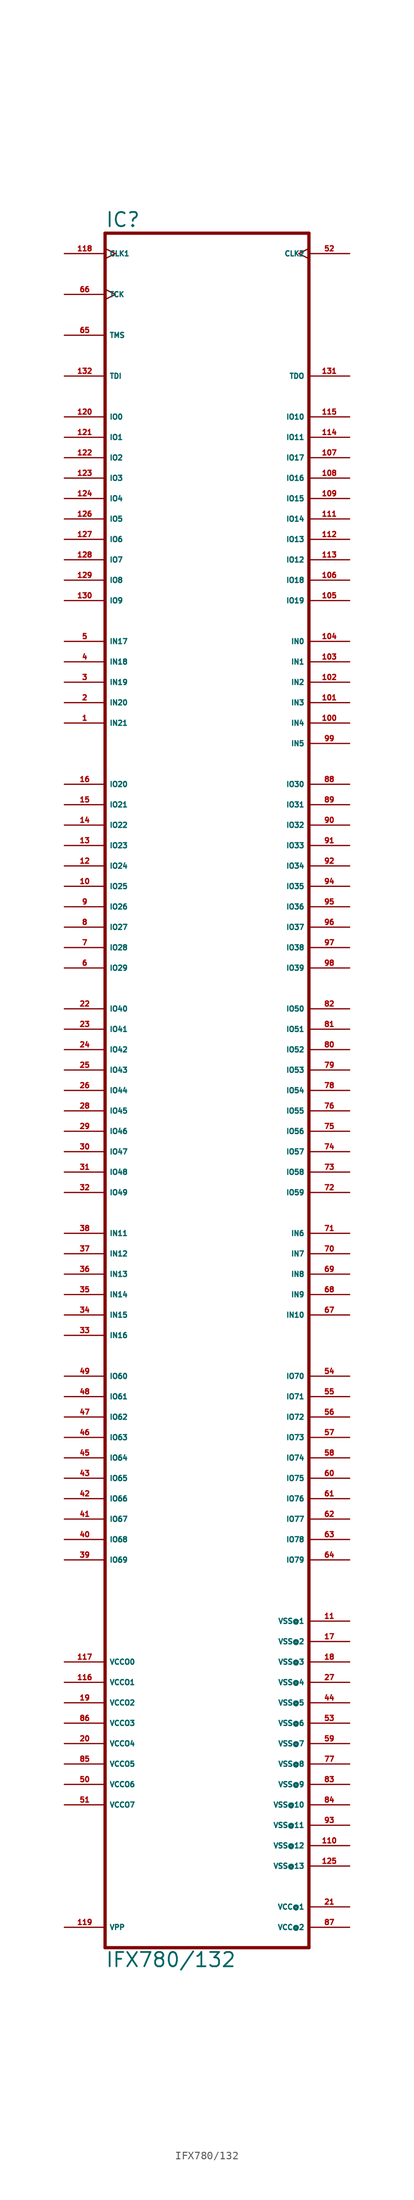
<source format=kicad_sym>
(kicad_symbol_lib
  (version 20220914)
  (generator Eagle2Kicad)
  (symbol "IFX780/132"
    (property "Reference" "IC"
      (at -10.16 97.155 0)
      (effects (font (size 1.778 1.778) (thickness 0.22)) (justify left bottom)))
    (property "Value" "IFX780/132"
      (at -10.16 -119.38 0)
      (effects (font (size 1.778 1.778) (thickness 0.22)) (justify left bottom)))
    (polyline
      (pts (xy -10.16 96.52) (xy -10.16 -116.84))
      (stroke (width 0.406) (type default))
      (fill (type none)))
    (polyline
      (pts (xy 15.24 -116.84) (xy -10.16 -116.84))
      (stroke (width 0.406) (type default))
      (fill (type none)))
    (polyline
      (pts (xy 15.24 -116.84) (xy 15.24 96.52))
      (stroke (width 0.406) (type default))
      (fill (type none)))
    (polyline
      (pts (xy -10.16 96.52) (xy 15.24 96.52))
      (stroke (width 0.406) (type default))
      (fill (type none)))
    (pin unspecified line
      (at -15.24 -81.28 0)
      (length 5.08)
      (name "VCCO0" (effects (font (size 0.635 0.635) (thickness 0.08)) (justify left bottom)))
      (number "117" (effects (font (size 0.635 0.635) (thickness 0.08)) (justify left bottom))))
    (pin unspecified line
      (at -15.24 -83.82 0)
      (length 5.08)
      (name "VCCO1" (effects (font (size 0.635 0.635) (thickness 0.08)) (justify left bottom)))
      (number "116" (effects (font (size 0.635 0.635) (thickness 0.08)) (justify left bottom))))
    (pin unspecified line
      (at -15.24 -86.36 0)
      (length 5.08)
      (name "VCCO2" (effects (font (size 0.635 0.635) (thickness 0.08)) (justify left bottom)))
      (number "19" (effects (font (size 0.635 0.635) (thickness 0.08)) (justify left bottom))))
    (pin unspecified line
      (at 20.32 -76.2 180)
      (length 5.08)
      (name "VSS@1" (effects (font (size 0.635 0.635) (thickness 0.08)) (justify left bottom)))
      (number "11" (effects (font (size 0.635 0.635) (thickness 0.08)) (justify left bottom))))
    (pin unspecified line
      (at 20.32 -78.74 180)
      (length 5.08)
      (name "VSS@2" (effects (font (size 0.635 0.635) (thickness 0.08)) (justify left bottom)))
      (number "17" (effects (font (size 0.635 0.635) (thickness 0.08)) (justify left bottom))))
    (pin unspecified line
      (at 20.32 -81.28 180)
      (length 5.08)
      (name "VSS@3" (effects (font (size 0.635 0.635) (thickness 0.08)) (justify left bottom)))
      (number "18" (effects (font (size 0.635 0.635) (thickness 0.08)) (justify left bottom))))
    (pin unspecified line
      (at 20.32 -83.82 180)
      (length 5.08)
      (name "VSS@4" (effects (font (size 0.635 0.635) (thickness 0.08)) (justify left bottom)))
      (number "27" (effects (font (size 0.635 0.635) (thickness 0.08)) (justify left bottom))))
    (pin input clock
      (at -15.24 93.98 0)
      (length 5.08)
      (name "CLK1" (effects (font (size 0.635 0.635) (thickness 0.08)) (justify left bottom)))
      (number "118" (effects (font (size 0.635 0.635) (thickness 0.08)) (justify left bottom))))
    (pin input clock
      (at 20.32 93.98 180)
      (length 5.08)
      (name "CLK2" (effects (font (size 0.635 0.635) (thickness 0.08)) (justify left bottom)))
      (number "52" (effects (font (size 0.635 0.635) (thickness 0.08)) (justify left bottom))))
    (pin bidirectional line
      (at -15.24 71.12 0)
      (length 5.08)
      (name "IO1" (effects (font (size 0.635 0.635) (thickness 0.08)) (justify left bottom)))
      (number "121" (effects (font (size 0.635 0.635) (thickness 0.08)) (justify left bottom))))
    (pin bidirectional line
      (at -15.24 68.58 0)
      (length 5.08)
      (name "IO2" (effects (font (size 0.635 0.635) (thickness 0.08)) (justify left bottom)))
      (number "122" (effects (font (size 0.635 0.635) (thickness 0.08)) (justify left bottom))))
    (pin bidirectional line
      (at -15.24 66.04 0)
      (length 5.08)
      (name "IO3" (effects (font (size 0.635 0.635) (thickness 0.08)) (justify left bottom)))
      (number "123" (effects (font (size 0.635 0.635) (thickness 0.08)) (justify left bottom))))
    (pin bidirectional line
      (at -15.24 63.5 0)
      (length 5.08)
      (name "IO4" (effects (font (size 0.635 0.635) (thickness 0.08)) (justify left bottom)))
      (number "124" (effects (font (size 0.635 0.635) (thickness 0.08)) (justify left bottom))))
    (pin bidirectional line
      (at -15.24 60.96 0)
      (length 5.08)
      (name "IO5" (effects (font (size 0.635 0.635) (thickness 0.08)) (justify left bottom)))
      (number "126" (effects (font (size 0.635 0.635) (thickness 0.08)) (justify left bottom))))
    (pin bidirectional line
      (at -15.24 58.42 0)
      (length 5.08)
      (name "IO6" (effects (font (size 0.635 0.635) (thickness 0.08)) (justify left bottom)))
      (number "127" (effects (font (size 0.635 0.635) (thickness 0.08)) (justify left bottom))))
    (pin bidirectional line
      (at -15.24 55.88 0)
      (length 5.08)
      (name "IO7" (effects (font (size 0.635 0.635) (thickness 0.08)) (justify left bottom)))
      (number "128" (effects (font (size 0.635 0.635) (thickness 0.08)) (justify left bottom))))
    (pin bidirectional line
      (at -15.24 53.34 0)
      (length 5.08)
      (name "IO8" (effects (font (size 0.635 0.635) (thickness 0.08)) (justify left bottom)))
      (number "129" (effects (font (size 0.635 0.635) (thickness 0.08)) (justify left bottom))))
    (pin bidirectional line
      (at -15.24 50.8 0)
      (length 5.08)
      (name "IO9" (effects (font (size 0.635 0.635) (thickness 0.08)) (justify left bottom)))
      (number "130" (effects (font (size 0.635 0.635) (thickness 0.08)) (justify left bottom))))
    (pin bidirectional line
      (at 20.32 73.66 180)
      (length 5.08)
      (name "IO10" (effects (font (size 0.635 0.635) (thickness 0.08)) (justify left bottom)))
      (number "115" (effects (font (size 0.635 0.635) (thickness 0.08)) (justify left bottom))))
    (pin bidirectional line
      (at 20.32 71.12 180)
      (length 5.08)
      (name "IO11" (effects (font (size 0.635 0.635) (thickness 0.08)) (justify left bottom)))
      (number "114" (effects (font (size 0.635 0.635) (thickness 0.08)) (justify left bottom))))
    (pin bidirectional line
      (at 20.32 55.88 180)
      (length 5.08)
      (name "IO12" (effects (font (size 0.635 0.635) (thickness 0.08)) (justify left bottom)))
      (number "113" (effects (font (size 0.635 0.635) (thickness 0.08)) (justify left bottom))))
    (pin bidirectional line
      (at 20.32 58.42 180)
      (length 5.08)
      (name "IO13" (effects (font (size 0.635 0.635) (thickness 0.08)) (justify left bottom)))
      (number "112" (effects (font (size 0.635 0.635) (thickness 0.08)) (justify left bottom))))
    (pin bidirectional line
      (at 20.32 60.96 180)
      (length 5.08)
      (name "IO14" (effects (font (size 0.635 0.635) (thickness 0.08)) (justify left bottom)))
      (number "111" (effects (font (size 0.635 0.635) (thickness 0.08)) (justify left bottom))))
    (pin bidirectional line
      (at 20.32 63.5 180)
      (length 5.08)
      (name "IO15" (effects (font (size 0.635 0.635) (thickness 0.08)) (justify left bottom)))
      (number "109" (effects (font (size 0.635 0.635) (thickness 0.08)) (justify left bottom))))
    (pin bidirectional line
      (at 20.32 66.04 180)
      (length 5.08)
      (name "IO16" (effects (font (size 0.635 0.635) (thickness 0.08)) (justify left bottom)))
      (number "108" (effects (font (size 0.635 0.635) (thickness 0.08)) (justify left bottom))))
    (pin bidirectional line
      (at 20.32 68.58 180)
      (length 5.08)
      (name "IO17" (effects (font (size 0.635 0.635) (thickness 0.08)) (justify left bottom)))
      (number "107" (effects (font (size 0.635 0.635) (thickness 0.08)) (justify left bottom))))
    (pin bidirectional line
      (at 20.32 53.34 180)
      (length 5.08)
      (name "IO18" (effects (font (size 0.635 0.635) (thickness 0.08)) (justify left bottom)))
      (number "106" (effects (font (size 0.635 0.635) (thickness 0.08)) (justify left bottom))))
    (pin bidirectional line
      (at 20.32 50.8 180)
      (length 5.08)
      (name "IO19" (effects (font (size 0.635 0.635) (thickness 0.08)) (justify left bottom)))
      (number "105" (effects (font (size 0.635 0.635) (thickness 0.08)) (justify left bottom))))
    (pin bidirectional line
      (at -15.24 27.94 0)
      (length 5.08)
      (name "IO20" (effects (font (size 0.635 0.635) (thickness 0.08)) (justify left bottom)))
      (number "16" (effects (font (size 0.635 0.635) (thickness 0.08)) (justify left bottom))))
    (pin bidirectional line
      (at -15.24 25.4 0)
      (length 5.08)
      (name "IO21" (effects (font (size 0.635 0.635) (thickness 0.08)) (justify left bottom)))
      (number "15" (effects (font (size 0.635 0.635) (thickness 0.08)) (justify left bottom))))
    (pin bidirectional line
      (at -15.24 22.86 0)
      (length 5.08)
      (name "IO22" (effects (font (size 0.635 0.635) (thickness 0.08)) (justify left bottom)))
      (number "14" (effects (font (size 0.635 0.635) (thickness 0.08)) (justify left bottom))))
    (pin bidirectional line
      (at -15.24 20.32 0)
      (length 5.08)
      (name "IO23" (effects (font (size 0.635 0.635) (thickness 0.08)) (justify left bottom)))
      (number "13" (effects (font (size 0.635 0.635) (thickness 0.08)) (justify left bottom))))
    (pin bidirectional line
      (at -15.24 17.78 0)
      (length 5.08)
      (name "IO24" (effects (font (size 0.635 0.635) (thickness 0.08)) (justify left bottom)))
      (number "12" (effects (font (size 0.635 0.635) (thickness 0.08)) (justify left bottom))))
    (pin bidirectional line
      (at -15.24 15.24 0)
      (length 5.08)
      (name "IO25" (effects (font (size 0.635 0.635) (thickness 0.08)) (justify left bottom)))
      (number "10" (effects (font (size 0.635 0.635) (thickness 0.08)) (justify left bottom))))
    (pin bidirectional line
      (at -15.24 12.7 0)
      (length 5.08)
      (name "IO26" (effects (font (size 0.635 0.635) (thickness 0.08)) (justify left bottom)))
      (number "9" (effects (font (size 0.635 0.635) (thickness 0.08)) (justify left bottom))))
    (pin bidirectional line
      (at -15.24 10.16 0)
      (length 5.08)
      (name "IO27" (effects (font (size 0.635 0.635) (thickness 0.08)) (justify left bottom)))
      (number "8" (effects (font (size 0.635 0.635) (thickness 0.08)) (justify left bottom))))
    (pin bidirectional line
      (at -15.24 7.62 0)
      (length 5.08)
      (name "IO28" (effects (font (size 0.635 0.635) (thickness 0.08)) (justify left bottom)))
      (number "7" (effects (font (size 0.635 0.635) (thickness 0.08)) (justify left bottom))))
    (pin bidirectional line
      (at -15.24 5.08 0)
      (length 5.08)
      (name "IO29" (effects (font (size 0.635 0.635) (thickness 0.08)) (justify left bottom)))
      (number "6" (effects (font (size 0.635 0.635) (thickness 0.08)) (justify left bottom))))
    (pin bidirectional line
      (at 20.32 27.94 180)
      (length 5.08)
      (name "IO30" (effects (font (size 0.635 0.635) (thickness 0.08)) (justify left bottom)))
      (number "88" (effects (font (size 0.635 0.635) (thickness 0.08)) (justify left bottom))))
    (pin bidirectional line
      (at 20.32 25.4 180)
      (length 5.08)
      (name "IO31" (effects (font (size 0.635 0.635) (thickness 0.08)) (justify left bottom)))
      (number "89" (effects (font (size 0.635 0.635) (thickness 0.08)) (justify left bottom))))
    (pin bidirectional line
      (at 20.32 22.86 180)
      (length 5.08)
      (name "IO32" (effects (font (size 0.635 0.635) (thickness 0.08)) (justify left bottom)))
      (number "90" (effects (font (size 0.635 0.635) (thickness 0.08)) (justify left bottom))))
    (pin bidirectional line
      (at 20.32 20.32 180)
      (length 5.08)
      (name "IO33" (effects (font (size 0.635 0.635) (thickness 0.08)) (justify left bottom)))
      (number "91" (effects (font (size 0.635 0.635) (thickness 0.08)) (justify left bottom))))
    (pin bidirectional line
      (at 20.32 17.78 180)
      (length 5.08)
      (name "IO34" (effects (font (size 0.635 0.635) (thickness 0.08)) (justify left bottom)))
      (number "92" (effects (font (size 0.635 0.635) (thickness 0.08)) (justify left bottom))))
    (pin bidirectional line
      (at 20.32 15.24 180)
      (length 5.08)
      (name "IO35" (effects (font (size 0.635 0.635) (thickness 0.08)) (justify left bottom)))
      (number "94" (effects (font (size 0.635 0.635) (thickness 0.08)) (justify left bottom))))
    (pin bidirectional line
      (at 20.32 12.7 180)
      (length 5.08)
      (name "IO36" (effects (font (size 0.635 0.635) (thickness 0.08)) (justify left bottom)))
      (number "95" (effects (font (size 0.635 0.635) (thickness 0.08)) (justify left bottom))))
    (pin bidirectional line
      (at 20.32 10.16 180)
      (length 5.08)
      (name "IO37" (effects (font (size 0.635 0.635) (thickness 0.08)) (justify left bottom)))
      (number "96" (effects (font (size 0.635 0.635) (thickness 0.08)) (justify left bottom))))
    (pin bidirectional line
      (at 20.32 7.62 180)
      (length 5.08)
      (name "IO38" (effects (font (size 0.635 0.635) (thickness 0.08)) (justify left bottom)))
      (number "97" (effects (font (size 0.635 0.635) (thickness 0.08)) (justify left bottom))))
    (pin bidirectional line
      (at 20.32 5.08 180)
      (length 5.08)
      (name "IO39" (effects (font (size 0.635 0.635) (thickness 0.08)) (justify left bottom)))
      (number "98" (effects (font (size 0.635 0.635) (thickness 0.08)) (justify left bottom))))
    (pin bidirectional line
      (at -15.24 73.66 0)
      (length 5.08)
      (name "IO0" (effects (font (size 0.635 0.635) (thickness 0.08)) (justify left bottom)))
      (number "120" (effects (font (size 0.635 0.635) (thickness 0.08)) (justify left bottom))))
    (pin unspecified line
      (at -15.24 -114.3 0)
      (length 5.08)
      (name "VPP" (effects (font (size 0.635 0.635) (thickness 0.08)) (justify left bottom)))
      (number "119" (effects (font (size 0.635 0.635) (thickness 0.08)) (justify left bottom))))
    (pin input line
      (at -15.24 78.74 0)
      (length 5.08)
      (name "TDI" (effects (font (size 0.635 0.635) (thickness 0.08)) (justify left bottom)))
      (number "132" (effects (font (size 0.635 0.635) (thickness 0.08)) (justify left bottom))))
    (pin output line
      (at 20.32 78.74 180)
      (length 5.08)
      (name "TDO" (effects (font (size 0.635 0.635) (thickness 0.08)) (justify left bottom)))
      (number "131" (effects (font (size 0.635 0.635) (thickness 0.08)) (justify left bottom))))
    (pin input clock
      (at -15.24 88.9 0)
      (length 5.08)
      (name "TCK" (effects (font (size 0.635 0.635) (thickness 0.08)) (justify left bottom)))
      (number "66" (effects (font (size 0.635 0.635) (thickness 0.08)) (justify left bottom))))
    (pin input line
      (at -15.24 83.82 0)
      (length 5.08)
      (name "TMS" (effects (font (size 0.635 0.635) (thickness 0.08)) (justify left bottom)))
      (number "65" (effects (font (size 0.635 0.635) (thickness 0.08)) (justify left bottom))))
    (pin unspecified line
      (at 20.32 -114.3 180)
      (length 5.08)
      (name "VCC@2" (effects (font (size 0.635 0.635) (thickness 0.08)) (justify left bottom)))
      (number "87" (effects (font (size 0.635 0.635) (thickness 0.08)) (justify left bottom))))
    (pin unspecified line
      (at -15.24 -88.9 0)
      (length 5.08)
      (name "VCCO3" (effects (font (size 0.635 0.635) (thickness 0.08)) (justify left bottom)))
      (number "86" (effects (font (size 0.635 0.635) (thickness 0.08)) (justify left bottom))))
    (pin unspecified line
      (at 20.32 -111.76 180)
      (length 5.08)
      (name "VCC@1" (effects (font (size 0.635 0.635) (thickness 0.08)) (justify left bottom)))
      (number "21" (effects (font (size 0.635 0.635) (thickness 0.08)) (justify left bottom))))
    (pin unspecified line
      (at 20.32 -86.36 180)
      (length 5.08)
      (name "VSS@5" (effects (font (size 0.635 0.635) (thickness 0.08)) (justify left bottom)))
      (number "44" (effects (font (size 0.635 0.635) (thickness 0.08)) (justify left bottom))))
    (pin unspecified line
      (at 20.32 -88.9 180)
      (length 5.08)
      (name "VSS@6" (effects (font (size 0.635 0.635) (thickness 0.08)) (justify left bottom)))
      (number "53" (effects (font (size 0.635 0.635) (thickness 0.08)) (justify left bottom))))
    (pin bidirectional line
      (at -15.24 0 0)
      (length 5.08)
      (name "IO40" (effects (font (size 0.635 0.635) (thickness 0.08)) (justify left bottom)))
      (number "22" (effects (font (size 0.635 0.635) (thickness 0.08)) (justify left bottom))))
    (pin bidirectional line
      (at -15.24 -2.54 0)
      (length 5.08)
      (name "IO41" (effects (font (size 0.635 0.635) (thickness 0.08)) (justify left bottom)))
      (number "23" (effects (font (size 0.635 0.635) (thickness 0.08)) (justify left bottom))))
    (pin bidirectional line
      (at -15.24 -5.08 0)
      (length 5.08)
      (name "IO42" (effects (font (size 0.635 0.635) (thickness 0.08)) (justify left bottom)))
      (number "24" (effects (font (size 0.635 0.635) (thickness 0.08)) (justify left bottom))))
    (pin bidirectional line
      (at -15.24 -7.62 0)
      (length 5.08)
      (name "IO43" (effects (font (size 0.635 0.635) (thickness 0.08)) (justify left bottom)))
      (number "25" (effects (font (size 0.635 0.635) (thickness 0.08)) (justify left bottom))))
    (pin bidirectional line
      (at -15.24 -10.16 0)
      (length 5.08)
      (name "IO44" (effects (font (size 0.635 0.635) (thickness 0.08)) (justify left bottom)))
      (number "26" (effects (font (size 0.635 0.635) (thickness 0.08)) (justify left bottom))))
    (pin bidirectional line
      (at -15.24 -12.7 0)
      (length 5.08)
      (name "IO45" (effects (font (size 0.635 0.635) (thickness 0.08)) (justify left bottom)))
      (number "28" (effects (font (size 0.635 0.635) (thickness 0.08)) (justify left bottom))))
    (pin bidirectional line
      (at -15.24 -15.24 0)
      (length 5.08)
      (name "IO46" (effects (font (size 0.635 0.635) (thickness 0.08)) (justify left bottom)))
      (number "29" (effects (font (size 0.635 0.635) (thickness 0.08)) (justify left bottom))))
    (pin bidirectional line
      (at -15.24 -17.78 0)
      (length 5.08)
      (name "IO47" (effects (font (size 0.635 0.635) (thickness 0.08)) (justify left bottom)))
      (number "30" (effects (font (size 0.635 0.635) (thickness 0.08)) (justify left bottom))))
    (pin bidirectional line
      (at -15.24 -20.32 0)
      (length 5.08)
      (name "IO48" (effects (font (size 0.635 0.635) (thickness 0.08)) (justify left bottom)))
      (number "31" (effects (font (size 0.635 0.635) (thickness 0.08)) (justify left bottom))))
    (pin bidirectional line
      (at -15.24 -22.86 0)
      (length 5.08)
      (name "IO49" (effects (font (size 0.635 0.635) (thickness 0.08)) (justify left bottom)))
      (number "32" (effects (font (size 0.635 0.635) (thickness 0.08)) (justify left bottom))))
    (pin bidirectional line
      (at 20.32 0 180)
      (length 5.08)
      (name "IO50" (effects (font (size 0.635 0.635) (thickness 0.08)) (justify left bottom)))
      (number "82" (effects (font (size 0.635 0.635) (thickness 0.08)) (justify left bottom))))
    (pin bidirectional line
      (at 20.32 -2.54 180)
      (length 5.08)
      (name "IO51" (effects (font (size 0.635 0.635) (thickness 0.08)) (justify left bottom)))
      (number "81" (effects (font (size 0.635 0.635) (thickness 0.08)) (justify left bottom))))
    (pin bidirectional line
      (at 20.32 -5.08 180)
      (length 5.08)
      (name "IO52" (effects (font (size 0.635 0.635) (thickness 0.08)) (justify left bottom)))
      (number "80" (effects (font (size 0.635 0.635) (thickness 0.08)) (justify left bottom))))
    (pin bidirectional line
      (at 20.32 -7.62 180)
      (length 5.08)
      (name "IO53" (effects (font (size 0.635 0.635) (thickness 0.08)) (justify left bottom)))
      (number "79" (effects (font (size 0.635 0.635) (thickness 0.08)) (justify left bottom))))
    (pin bidirectional line
      (at 20.32 -10.16 180)
      (length 5.08)
      (name "IO54" (effects (font (size 0.635 0.635) (thickness 0.08)) (justify left bottom)))
      (number "78" (effects (font (size 0.635 0.635) (thickness 0.08)) (justify left bottom))))
    (pin bidirectional line
      (at 20.32 -12.7 180)
      (length 5.08)
      (name "IO55" (effects (font (size 0.635 0.635) (thickness 0.08)) (justify left bottom)))
      (number "76" (effects (font (size 0.635 0.635) (thickness 0.08)) (justify left bottom))))
    (pin bidirectional line
      (at 20.32 -15.24 180)
      (length 5.08)
      (name "IO56" (effects (font (size 0.635 0.635) (thickness 0.08)) (justify left bottom)))
      (number "75" (effects (font (size 0.635 0.635) (thickness 0.08)) (justify left bottom))))
    (pin bidirectional line
      (at 20.32 -17.78 180)
      (length 5.08)
      (name "IO57" (effects (font (size 0.635 0.635) (thickness 0.08)) (justify left bottom)))
      (number "74" (effects (font (size 0.635 0.635) (thickness 0.08)) (justify left bottom))))
    (pin bidirectional line
      (at 20.32 -20.32 180)
      (length 5.08)
      (name "IO58" (effects (font (size 0.635 0.635) (thickness 0.08)) (justify left bottom)))
      (number "73" (effects (font (size 0.635 0.635) (thickness 0.08)) (justify left bottom))))
    (pin bidirectional line
      (at 20.32 -22.86 180)
      (length 5.08)
      (name "IO59" (effects (font (size 0.635 0.635) (thickness 0.08)) (justify left bottom)))
      (number "72" (effects (font (size 0.635 0.635) (thickness 0.08)) (justify left bottom))))
    (pin bidirectional line
      (at -15.24 -45.72 0)
      (length 5.08)
      (name "IO60" (effects (font (size 0.635 0.635) (thickness 0.08)) (justify left bottom)))
      (number "49" (effects (font (size 0.635 0.635) (thickness 0.08)) (justify left bottom))))
    (pin bidirectional line
      (at -15.24 -48.26 0)
      (length 5.08)
      (name "IO61" (effects (font (size 0.635 0.635) (thickness 0.08)) (justify left bottom)))
      (number "48" (effects (font (size 0.635 0.635) (thickness 0.08)) (justify left bottom))))
    (pin bidirectional line
      (at -15.24 -50.8 0)
      (length 5.08)
      (name "IO62" (effects (font (size 0.635 0.635) (thickness 0.08)) (justify left bottom)))
      (number "47" (effects (font (size 0.635 0.635) (thickness 0.08)) (justify left bottom))))
    (pin bidirectional line
      (at -15.24 -53.34 0)
      (length 5.08)
      (name "IO63" (effects (font (size 0.635 0.635) (thickness 0.08)) (justify left bottom)))
      (number "46" (effects (font (size 0.635 0.635) (thickness 0.08)) (justify left bottom))))
    (pin bidirectional line
      (at -15.24 -55.88 0)
      (length 5.08)
      (name "IO64" (effects (font (size 0.635 0.635) (thickness 0.08)) (justify left bottom)))
      (number "45" (effects (font (size 0.635 0.635) (thickness 0.08)) (justify left bottom))))
    (pin bidirectional line
      (at -15.24 -58.42 0)
      (length 5.08)
      (name "IO65" (effects (font (size 0.635 0.635) (thickness 0.08)) (justify left bottom)))
      (number "43" (effects (font (size 0.635 0.635) (thickness 0.08)) (justify left bottom))))
    (pin bidirectional line
      (at -15.24 -60.96 0)
      (length 5.08)
      (name "IO66" (effects (font (size 0.635 0.635) (thickness 0.08)) (justify left bottom)))
      (number "42" (effects (font (size 0.635 0.635) (thickness 0.08)) (justify left bottom))))
    (pin bidirectional line
      (at -15.24 -63.5 0)
      (length 5.08)
      (name "IO67" (effects (font (size 0.635 0.635) (thickness 0.08)) (justify left bottom)))
      (number "41" (effects (font (size 0.635 0.635) (thickness 0.08)) (justify left bottom))))
    (pin bidirectional line
      (at -15.24 -66.04 0)
      (length 5.08)
      (name "IO68" (effects (font (size 0.635 0.635) (thickness 0.08)) (justify left bottom)))
      (number "40" (effects (font (size 0.635 0.635) (thickness 0.08)) (justify left bottom))))
    (pin bidirectional line
      (at -15.24 -68.58 0)
      (length 5.08)
      (name "IO69" (effects (font (size 0.635 0.635) (thickness 0.08)) (justify left bottom)))
      (number "39" (effects (font (size 0.635 0.635) (thickness 0.08)) (justify left bottom))))
    (pin bidirectional line
      (at 20.32 -45.72 180)
      (length 5.08)
      (name "IO70" (effects (font (size 0.635 0.635) (thickness 0.08)) (justify left bottom)))
      (number "54" (effects (font (size 0.635 0.635) (thickness 0.08)) (justify left bottom))))
    (pin bidirectional line
      (at 20.32 -48.26 180)
      (length 5.08)
      (name "IO71" (effects (font (size 0.635 0.635) (thickness 0.08)) (justify left bottom)))
      (number "55" (effects (font (size 0.635 0.635) (thickness 0.08)) (justify left bottom))))
    (pin bidirectional line
      (at 20.32 -50.8 180)
      (length 5.08)
      (name "IO72" (effects (font (size 0.635 0.635) (thickness 0.08)) (justify left bottom)))
      (number "56" (effects (font (size 0.635 0.635) (thickness 0.08)) (justify left bottom))))
    (pin bidirectional line
      (at 20.32 -53.34 180)
      (length 5.08)
      (name "IO73" (effects (font (size 0.635 0.635) (thickness 0.08)) (justify left bottom)))
      (number "57" (effects (font (size 0.635 0.635) (thickness 0.08)) (justify left bottom))))
    (pin bidirectional line
      (at 20.32 -55.88 180)
      (length 5.08)
      (name "IO74" (effects (font (size 0.635 0.635) (thickness 0.08)) (justify left bottom)))
      (number "58" (effects (font (size 0.635 0.635) (thickness 0.08)) (justify left bottom))))
    (pin bidirectional line
      (at 20.32 -58.42 180)
      (length 5.08)
      (name "IO75" (effects (font (size 0.635 0.635) (thickness 0.08)) (justify left bottom)))
      (number "60" (effects (font (size 0.635 0.635) (thickness 0.08)) (justify left bottom))))
    (pin bidirectional line
      (at 20.32 -60.96 180)
      (length 5.08)
      (name "IO76" (effects (font (size 0.635 0.635) (thickness 0.08)) (justify left bottom)))
      (number "61" (effects (font (size 0.635 0.635) (thickness 0.08)) (justify left bottom))))
    (pin bidirectional line
      (at 20.32 -63.5 180)
      (length 5.08)
      (name "IO77" (effects (font (size 0.635 0.635) (thickness 0.08)) (justify left bottom)))
      (number "62" (effects (font (size 0.635 0.635) (thickness 0.08)) (justify left bottom))))
    (pin bidirectional line
      (at 20.32 -66.04 180)
      (length 5.08)
      (name "IO78" (effects (font (size 0.635 0.635) (thickness 0.08)) (justify left bottom)))
      (number "63" (effects (font (size 0.635 0.635) (thickness 0.08)) (justify left bottom))))
    (pin bidirectional line
      (at 20.32 -68.58 180)
      (length 5.08)
      (name "IO79" (effects (font (size 0.635 0.635) (thickness 0.08)) (justify left bottom)))
      (number "64" (effects (font (size 0.635 0.635) (thickness 0.08)) (justify left bottom))))
    (pin unspecified line
      (at 20.32 -91.44 180)
      (length 5.08)
      (name "VSS@7" (effects (font (size 0.635 0.635) (thickness 0.08)) (justify left bottom)))
      (number "59" (effects (font (size 0.635 0.635) (thickness 0.08)) (justify left bottom))))
    (pin unspecified line
      (at 20.32 -93.98 180)
      (length 5.08)
      (name "VSS@8" (effects (font (size 0.635 0.635) (thickness 0.08)) (justify left bottom)))
      (number "77" (effects (font (size 0.635 0.635) (thickness 0.08)) (justify left bottom))))
    (pin unspecified line
      (at 20.32 -96.52 180)
      (length 5.08)
      (name "VSS@9" (effects (font (size 0.635 0.635) (thickness 0.08)) (justify left bottom)))
      (number "83" (effects (font (size 0.635 0.635) (thickness 0.08)) (justify left bottom))))
    (pin unspecified line
      (at -15.24 -91.44 0)
      (length 5.08)
      (name "VCCO4" (effects (font (size 0.635 0.635) (thickness 0.08)) (justify left bottom)))
      (number "20" (effects (font (size 0.635 0.635) (thickness 0.08)) (justify left bottom))))
    (pin unspecified line
      (at -15.24 -93.98 0)
      (length 5.08)
      (name "VCCO5" (effects (font (size 0.635 0.635) (thickness 0.08)) (justify left bottom)))
      (number "85" (effects (font (size 0.635 0.635) (thickness 0.08)) (justify left bottom))))
    (pin unspecified line
      (at -15.24 -96.52 0)
      (length 5.08)
      (name "VCCO6" (effects (font (size 0.635 0.635) (thickness 0.08)) (justify left bottom)))
      (number "50" (effects (font (size 0.635 0.635) (thickness 0.08)) (justify left bottom))))
    (pin unspecified line
      (at -15.24 -99.06 0)
      (length 5.08)
      (name "VCCO7" (effects (font (size 0.635 0.635) (thickness 0.08)) (justify left bottom)))
      (number "51" (effects (font (size 0.635 0.635) (thickness 0.08)) (justify left bottom))))
    (pin input line
      (at 20.32 45.72 180)
      (length 5.08)
      (name "IN0" (effects (font (size 0.635 0.635) (thickness 0.08)) (justify left bottom)))
      (number "104" (effects (font (size 0.635 0.635) (thickness 0.08)) (justify left bottom))))
    (pin input line
      (at 20.32 43.18 180)
      (length 5.08)
      (name "IN1" (effects (font (size 0.635 0.635) (thickness 0.08)) (justify left bottom)))
      (number "103" (effects (font (size 0.635 0.635) (thickness 0.08)) (justify left bottom))))
    (pin input line
      (at 20.32 40.64 180)
      (length 5.08)
      (name "IN2" (effects (font (size 0.635 0.635) (thickness 0.08)) (justify left bottom)))
      (number "102" (effects (font (size 0.635 0.635) (thickness 0.08)) (justify left bottom))))
    (pin input line
      (at 20.32 38.1 180)
      (length 5.08)
      (name "IN3" (effects (font (size 0.635 0.635) (thickness 0.08)) (justify left bottom)))
      (number "101" (effects (font (size 0.635 0.635) (thickness 0.08)) (justify left bottom))))
    (pin input line
      (at 20.32 35.56 180)
      (length 5.08)
      (name "IN4" (effects (font (size 0.635 0.635) (thickness 0.08)) (justify left bottom)))
      (number "100" (effects (font (size 0.635 0.635) (thickness 0.08)) (justify left bottom))))
    (pin input line
      (at 20.32 33.02 180)
      (length 5.08)
      (name "IN5" (effects (font (size 0.635 0.635) (thickness 0.08)) (justify left bottom)))
      (number "99" (effects (font (size 0.635 0.635) (thickness 0.08)) (justify left bottom))))
    (pin input line
      (at 20.32 -27.94 180)
      (length 5.08)
      (name "IN6" (effects (font (size 0.635 0.635) (thickness 0.08)) (justify left bottom)))
      (number "71" (effects (font (size 0.635 0.635) (thickness 0.08)) (justify left bottom))))
    (pin input line
      (at 20.32 -30.48 180)
      (length 5.08)
      (name "IN7" (effects (font (size 0.635 0.635) (thickness 0.08)) (justify left bottom)))
      (number "70" (effects (font (size 0.635 0.635) (thickness 0.08)) (justify left bottom))))
    (pin input line
      (at 20.32 -33.02 180)
      (length 5.08)
      (name "IN8" (effects (font (size 0.635 0.635) (thickness 0.08)) (justify left bottom)))
      (number "69" (effects (font (size 0.635 0.635) (thickness 0.08)) (justify left bottom))))
    (pin input line
      (at 20.32 -35.56 180)
      (length 5.08)
      (name "IN9" (effects (font (size 0.635 0.635) (thickness 0.08)) (justify left bottom)))
      (number "68" (effects (font (size 0.635 0.635) (thickness 0.08)) (justify left bottom))))
    (pin input line
      (at 20.32 -38.1 180)
      (length 5.08)
      (name "IN10" (effects (font (size 0.635 0.635) (thickness 0.08)) (justify left bottom)))
      (number "67" (effects (font (size 0.635 0.635) (thickness 0.08)) (justify left bottom))))
    (pin input line
      (at -15.24 -27.94 0)
      (length 5.08)
      (name "IN11" (effects (font (size 0.635 0.635) (thickness 0.08)) (justify left bottom)))
      (number "38" (effects (font (size 0.635 0.635) (thickness 0.08)) (justify left bottom))))
    (pin input line
      (at -15.24 -30.48 0)
      (length 5.08)
      (name "IN12" (effects (font (size 0.635 0.635) (thickness 0.08)) (justify left bottom)))
      (number "37" (effects (font (size 0.635 0.635) (thickness 0.08)) (justify left bottom))))
    (pin input line
      (at -15.24 -33.02 0)
      (length 5.08)
      (name "IN13" (effects (font (size 0.635 0.635) (thickness 0.08)) (justify left bottom)))
      (number "36" (effects (font (size 0.635 0.635) (thickness 0.08)) (justify left bottom))))
    (pin input line
      (at -15.24 -35.56 0)
      (length 5.08)
      (name "IN14" (effects (font (size 0.635 0.635) (thickness 0.08)) (justify left bottom)))
      (number "35" (effects (font (size 0.635 0.635) (thickness 0.08)) (justify left bottom))))
    (pin input line
      (at -15.24 -38.1 0)
      (length 5.08)
      (name "IN15" (effects (font (size 0.635 0.635) (thickness 0.08)) (justify left bottom)))
      (number "34" (effects (font (size 0.635 0.635) (thickness 0.08)) (justify left bottom))))
    (pin input line
      (at -15.24 -40.64 0)
      (length 5.08)
      (name "IN16" (effects (font (size 0.635 0.635) (thickness 0.08)) (justify left bottom)))
      (number "33" (effects (font (size 0.635 0.635) (thickness 0.08)) (justify left bottom))))
    (pin input line
      (at -15.24 45.72 0)
      (length 5.08)
      (name "IN17" (effects (font (size 0.635 0.635) (thickness 0.08)) (justify left bottom)))
      (number "5" (effects (font (size 0.635 0.635) (thickness 0.08)) (justify left bottom))))
    (pin input line
      (at -15.24 43.18 0)
      (length 5.08)
      (name "IN18" (effects (font (size 0.635 0.635) (thickness 0.08)) (justify left bottom)))
      (number "4" (effects (font (size 0.635 0.635) (thickness 0.08)) (justify left bottom))))
    (pin input line
      (at -15.24 40.64 0)
      (length 5.08)
      (name "IN19" (effects (font (size 0.635 0.635) (thickness 0.08)) (justify left bottom)))
      (number "3" (effects (font (size 0.635 0.635) (thickness 0.08)) (justify left bottom))))
    (pin input line
      (at -15.24 38.1 0)
      (length 5.08)
      (name "IN20" (effects (font (size 0.635 0.635) (thickness 0.08)) (justify left bottom)))
      (number "2" (effects (font (size 0.635 0.635) (thickness 0.08)) (justify left bottom))))
    (pin input line
      (at -15.24 35.56 0)
      (length 5.08)
      (name "IN21" (effects (font (size 0.635 0.635) (thickness 0.08)) (justify left bottom)))
      (number "1" (effects (font (size 0.635 0.635) (thickness 0.08)) (justify left bottom))))
    (pin unspecified line
      (at 20.32 -99.06 180)
      (length 5.08)
      (name "VSS@10" (effects (font (size 0.635 0.635) (thickness 0.08)) (justify left bottom)))
      (number "84" (effects (font (size 0.635 0.635) (thickness 0.08)) (justify left bottom))))
    (pin unspecified line
      (at 20.32 -101.6 180)
      (length 5.08)
      (name "VSS@11" (effects (font (size 0.635 0.635) (thickness 0.08)) (justify left bottom)))
      (number "93" (effects (font (size 0.635 0.635) (thickness 0.08)) (justify left bottom))))
    (pin unspecified line
      (at 20.32 -104.14 180)
      (length 5.08)
      (name "VSS@12" (effects (font (size 0.635 0.635) (thickness 0.08)) (justify left bottom)))
      (number "110" (effects (font (size 0.635 0.635) (thickness 0.08)) (justify left bottom))))
    (pin unspecified line
      (at 20.32 -106.68 180)
      (length 5.08)
      (name "VSS@13" (effects (font (size 0.635 0.635) (thickness 0.08)) (justify left bottom)))
      (number "125" (effects (font (size 0.635 0.635) (thickness 0.08)) (justify left bottom))))))
</source>
